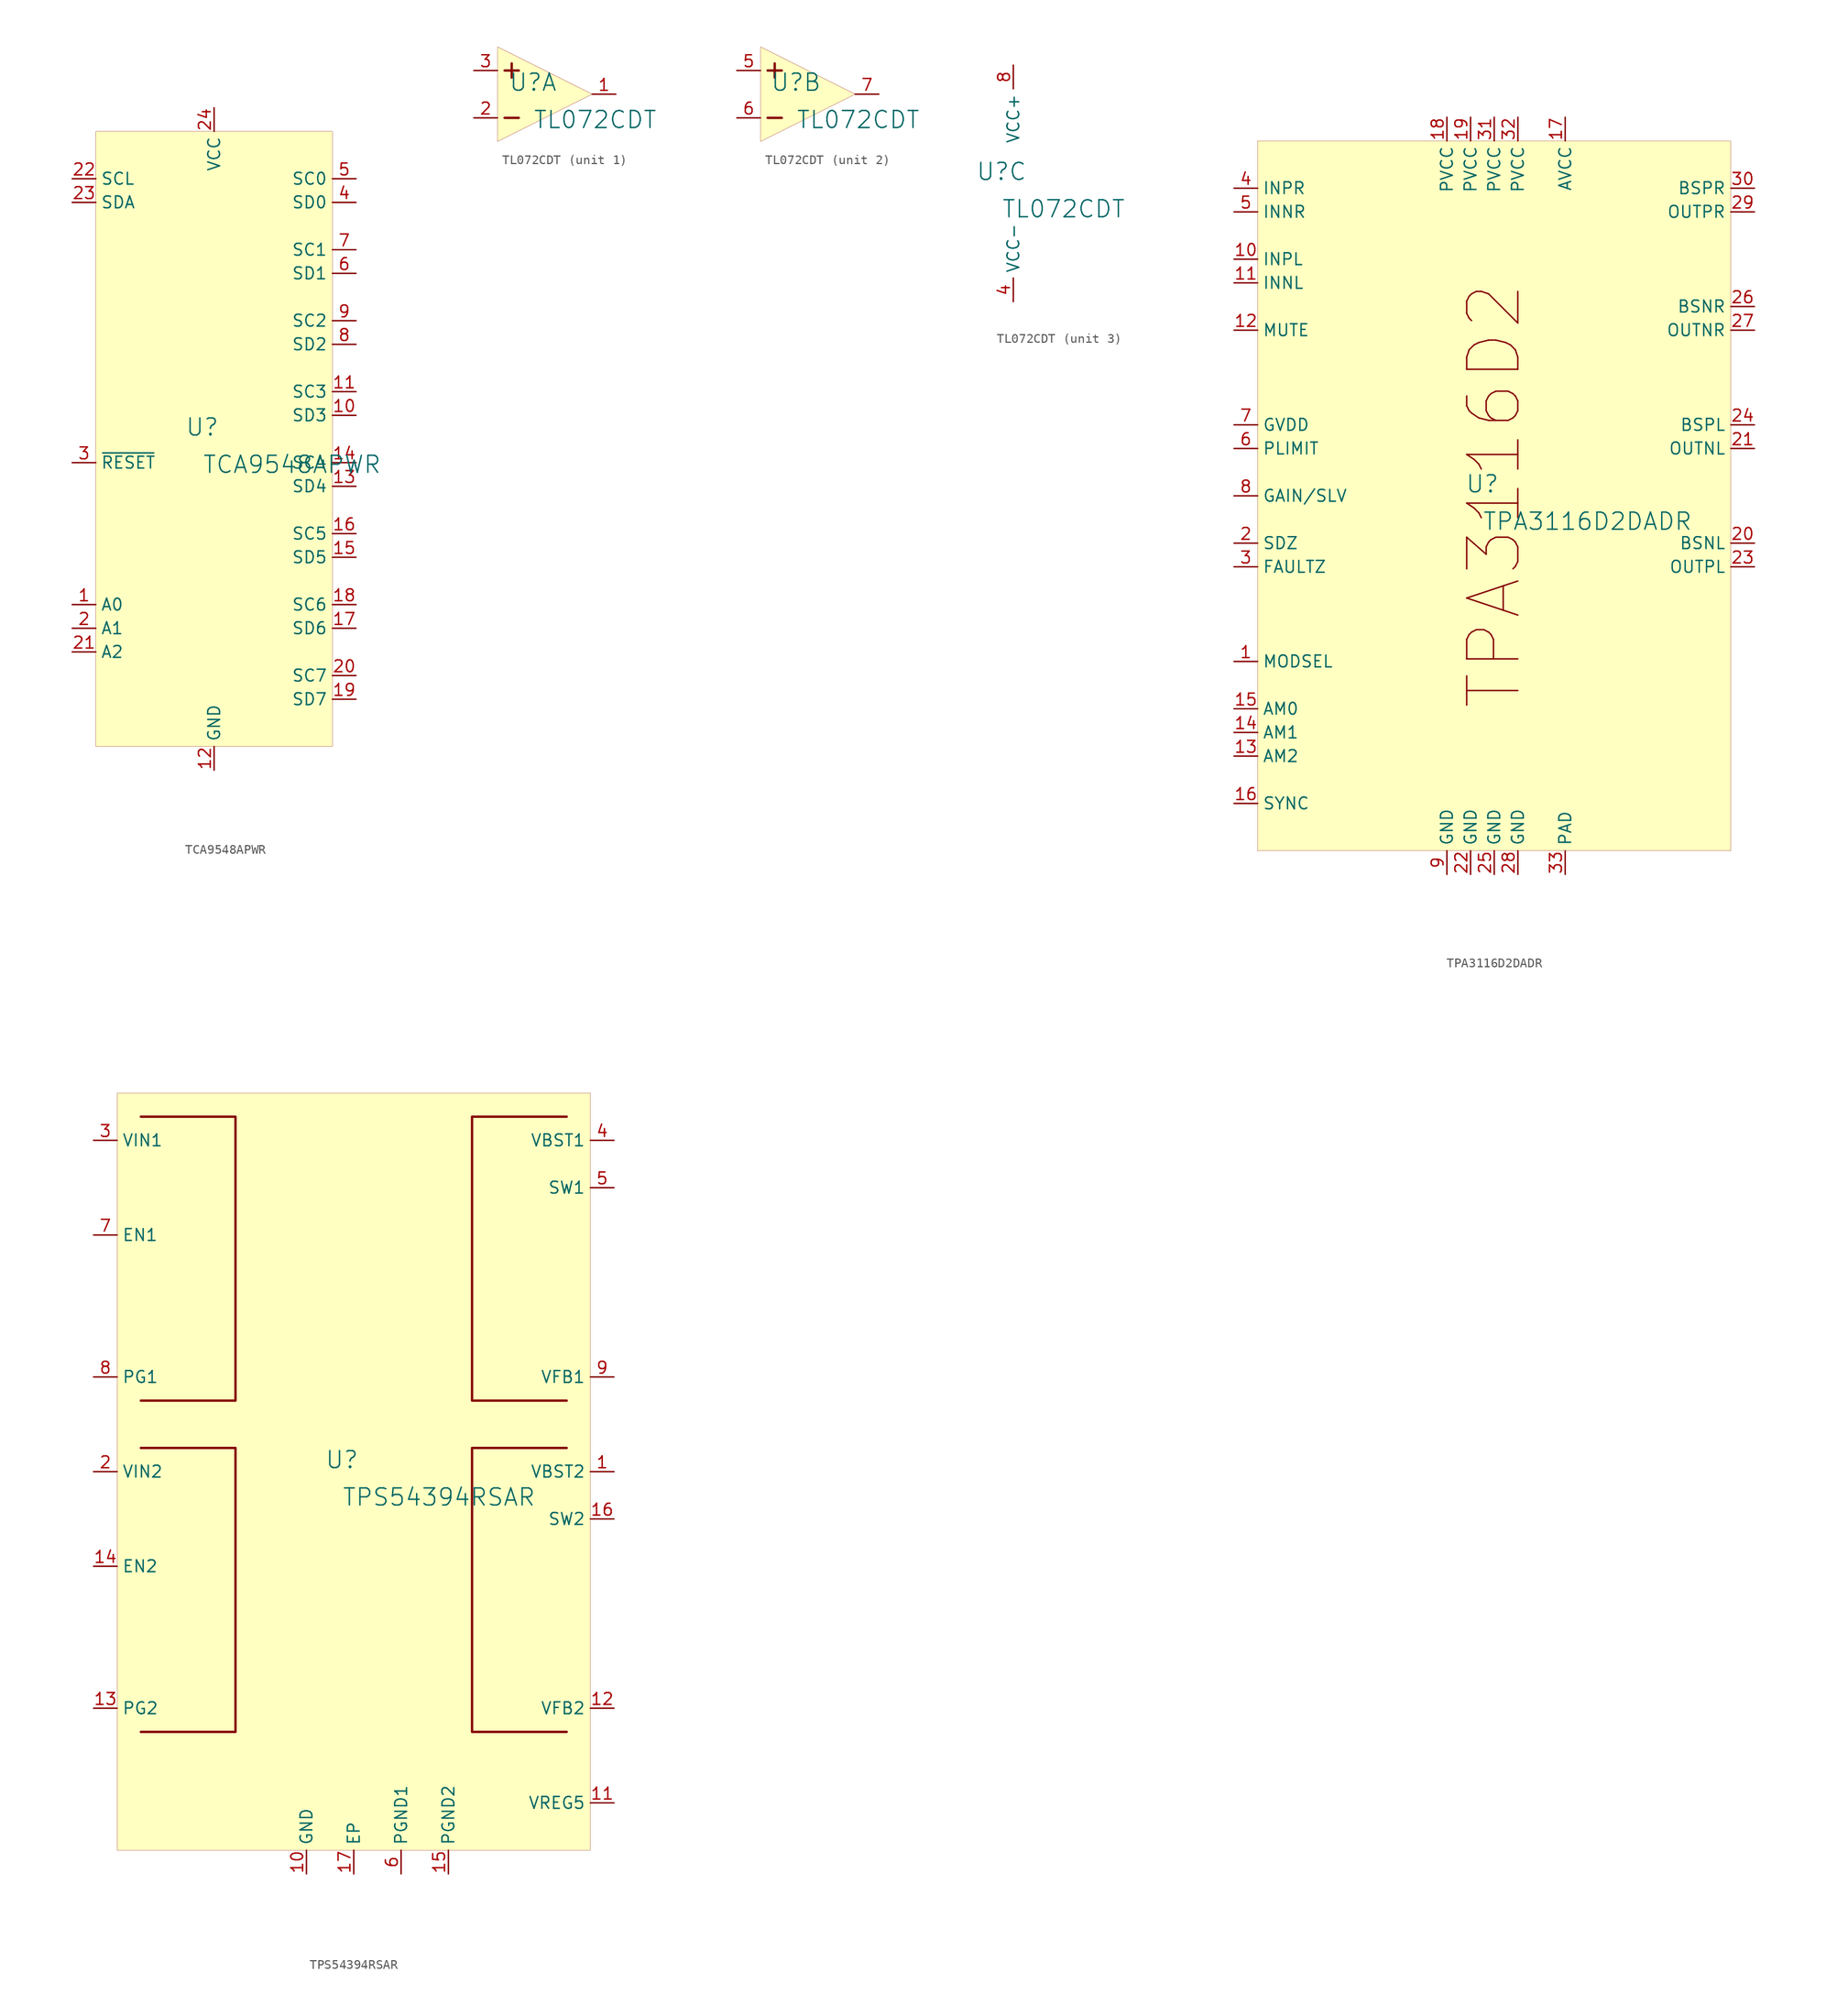
<source format=kicad_sym>
(kicad_symbol_lib
  (version 20231120)
  (generator "kicad_symbol_editor")
  (generator_version "8.0")
  (symbol "TCA9548APWR"
    (property "Reference" "U"
      (at -1.27 1.27 0)
      (effects (font (size 1.829 1.829))))
    (property "Value" "TCA9548APWR"
      (at -1.27 -3.81 0)
      (effects (font (size 1.829 1.829)) (justify left bottom)))
    (symbol "TCA9548APWR_1_0"
      (rectangle (start 12.7 33.02) (end -12.7 -33.02) (stroke (width 0.025) (type solid) (color 128 0 0 1)) (fill (type background)))
      (pin input line (at -15.24 -17.78 0) (length 2.54) (name "A0" (effects (font (size 1.27 1.27)))) (number "1" (effects (font (size 1.27 1.27)))))
      (pin bidirectional line (at 15.24 2.54 180) (length 2.54) (name "SD3" (effects (font (size 1.27 1.27)))) (number "10" (effects (font (size 1.27 1.27)))))
      (pin bidirectional line (at 15.24 5.08 180) (length 2.54) (name "SC3" (effects (font (size 1.27 1.27)))) (number "11" (effects (font (size 1.27 1.27)))))
      (pin power_in line (at 0 -35.56 90) (length 2.54) (name "GND" (effects (font (size 1.27 1.27)))) (number "12" (effects (font (size 1.27 1.27)))))
      (pin bidirectional line (at 15.24 -5.08 180) (length 2.54) (name "SD4" (effects (font (size 1.27 1.27)))) (number "13" (effects (font (size 1.27 1.27)))))
      (pin bidirectional line (at 15.24 -2.54 180) (length 2.54) (name "SC4" (effects (font (size 1.27 1.27)))) (number "14" (effects (font (size 1.27 1.27)))))
      (pin bidirectional line (at 15.24 -12.7 180) (length 2.54) (name "SD5" (effects (font (size 1.27 1.27)))) (number "15" (effects (font (size 1.27 1.27)))))
      (pin bidirectional line (at 15.24 -10.16 180) (length 2.54) (name "SC5" (effects (font (size 1.27 1.27)))) (number "16" (effects (font (size 1.27 1.27)))))
      (pin bidirectional line (at 15.24 -20.32 180) (length 2.54) (name "SD6" (effects (font (size 1.27 1.27)))) (number "17" (effects (font (size 1.27 1.27)))))
      (pin bidirectional line (at 15.24 -17.78 180) (length 2.54) (name "SC6" (effects (font (size 1.27 1.27)))) (number "18" (effects (font (size 1.27 1.27)))))
      (pin bidirectional line (at 15.24 -27.94 180) (length 2.54) (name "SD7" (effects (font (size 1.27 1.27)))) (number "19" (effects (font (size 1.27 1.27)))))
      (pin input line (at -15.24 -20.32 0) (length 2.54) (name "A1" (effects (font (size 1.27 1.27)))) (number "2" (effects (font (size 1.27 1.27)))))
      (pin bidirectional line (at 15.24 -25.4 180) (length 2.54) (name "SC7" (effects (font (size 1.27 1.27)))) (number "20" (effects (font (size 1.27 1.27)))))
      (pin input line (at -15.24 -22.86 0) (length 2.54) (name "A2" (effects (font (size 1.27 1.27)))) (number "21" (effects (font (size 1.27 1.27)))))
      (pin bidirectional line (at -15.24 27.94 0) (length 2.54) (name "SCL" (effects (font (size 1.27 1.27)))) (number "22" (effects (font (size 1.27 1.27)))))
      (pin bidirectional line (at -15.24 25.4 0) (length 2.54) (name "SDA" (effects (font (size 1.27 1.27)))) (number "23" (effects (font (size 1.27 1.27)))))
      (pin power_in line (at 0 35.56 270) (length 2.54) (name "VCC" (effects (font (size 1.27 1.27)))) (number "24" (effects (font (size 1.27 1.27)))))
      (pin input line (at -15.24 -2.54 0) (length 2.54) (name "~{RESET}" (effects (font (size 1.27 1.27)))) (number "3" (effects (font (size 1.27 1.27)))))
      (pin bidirectional line (at 15.24 25.4 180) (length 2.54) (name "SD0" (effects (font (size 1.27 1.27)))) (number "4" (effects (font (size 1.27 1.27)))))
      (pin bidirectional line (at 15.24 27.94 180) (length 2.54) (name "SC0" (effects (font (size 1.27 1.27)))) (number "5" (effects (font (size 1.27 1.27)))))
      (pin bidirectional line (at 15.24 17.78 180) (length 2.54) (name "SD1" (effects (font (size 1.27 1.27)))) (number "6" (effects (font (size 1.27 1.27)))))
      (pin bidirectional line (at 15.24 20.32 180) (length 2.54) (name "SC1" (effects (font (size 1.27 1.27)))) (number "7" (effects (font (size 1.27 1.27)))))
      (pin bidirectional line (at 15.24 10.16 180) (length 2.54) (name "SD2" (effects (font (size 1.27 1.27)))) (number "8" (effects (font (size 1.27 1.27)))))
      (pin bidirectional line (at 15.24 12.7 180) (length 2.54) (name "SC2" (effects (font (size 1.27 1.27)))) (number "9" (effects (font (size 1.27 1.27)))))))
  (symbol "TL072CDT"
    (property "Reference" "U"
      (at -1.27 1.27 0)
      (effects (font (size 1.829 1.829))))
    (property "Value" "TL072CDT"
      (at -1.27 -3.81 0)
      (effects (font (size 1.829 1.829)) (justify left bottom)))
    (symbol "TL072CDT_1_0"
      (polyline (pts (xy -4.318 -2.54) (xy -2.794 -2.54)) (stroke (width 0.254) (type solid)) (fill (type none)))
      (polyline (pts (xy -4.318 2.54) (xy -2.794 2.54)) (stroke (width 0.254) (type solid)) (fill (type none)))
      (polyline (pts (xy -3.556 1.778) (xy -3.556 3.302)) (stroke (width 0.254) (type solid)) (fill (type none)))
      (polyline (pts (xy 5.08 0) (xy -5.08 5.08) (xy -5.08 -5.08) (xy 5.08 0) (xy 5.08 0)) (stroke (width 0.025) (type solid)) (fill (type background)))
      (pin output line (at 7.62 0 180) (length 2.54) (name "1OUT" (effects (font (size 0 0)))) (number "1" (effects (font (size 1.27 1.27)))))
      (pin input line (at -7.62 -2.54 0) (length 2.54) (name "1IN-" (effects (font (size 0 0)))) (number "2" (effects (font (size 1.27 1.27)))))
      (pin input line (at -7.62 2.54 0) (length 2.54) (name "1IN+" (effects (font (size 0 0)))) (number "3" (effects (font (size 1.27 1.27))))))
    (symbol "TL072CDT_2_0"
      (polyline (pts (xy -4.318 -2.54) (xy -2.794 -2.54)) (stroke (width 0.254) (type solid)) (fill (type none)))
      (polyline (pts (xy -4.318 2.54) (xy -2.794 2.54)) (stroke (width 0.254) (type solid)) (fill (type none)))
      (polyline (pts (xy -3.556 1.778) (xy -3.556 3.302)) (stroke (width 0.254) (type solid)) (fill (type none)))
      (polyline (pts (xy 5.08 0) (xy -5.08 5.08) (xy -5.08 -5.08) (xy 5.08 0) (xy 5.08 0)) (stroke (width 0.025) (type solid)) (fill (type background)))
      (pin input line (at -7.62 2.54 0) (length 2.54) (name "2IN+" (effects (font (size 0 0)))) (number "5" (effects (font (size 1.27 1.27)))))
      (pin input line (at -7.62 -2.54 0) (length 2.54) (name "2IN-" (effects (font (size 0 0)))) (number "6" (effects (font (size 1.27 1.27)))))
      (pin output line (at 7.62 0 180) (length 2.54) (name "2OUT" (effects (font (size 0 0)))) (number "7" (effects (font (size 1.27 1.27))))))
    (symbol "TL072CDT_3_0"
      (pin passive line (at 0 -12.7 90) (length 2.54) (name "VCC-" (effects (font (size 1.27 1.27)))) (number "4" (effects (font (size 1.27 1.27)))))
      (pin passive line (at 0 12.7 270) (length 2.54) (name "VCC+" (effects (font (size 1.27 1.27)))) (number "8" (effects (font (size 1.27 1.27)))))))
  (symbol "TPA3116D2DADR"
    (property "Reference" "U"
      (at -1.27 1.27 0)
      (effects (font (size 1.829 1.829))))
    (property "Value" "TPA3116D2DADR"
      (at -1.27 -3.81 0)
      (effects (font (size 1.829 1.829)) (justify left bottom)))
    (symbol "TPA3116D2DADR_1_0"
      (rectangle (start 25.4 38.1) (end -25.4 -38.1) (stroke (width 0.025) (type solid) (color 128 0 0 1)) (fill (type background)))
      (text "TPA3116D2" (at 0 0 900) (effects (font (size 5.486 5.486))))
      (pin passive line (at -27.94 -17.78 0) (length 2.54) (name "MODSEL" (effects (font (size 1.27 1.27)))) (number "1" (effects (font (size 1.27 1.27)))))
      (pin passive line (at -27.94 25.4 0) (length 2.54) (name "INPL" (effects (font (size 1.27 1.27)))) (number "10" (effects (font (size 1.27 1.27)))))
      (pin passive line (at -27.94 22.86 0) (length 2.54) (name "INNL" (effects (font (size 1.27 1.27)))) (number "11" (effects (font (size 1.27 1.27)))))
      (pin passive line (at -27.94 17.78 0) (length 2.54) (name "MUTE" (effects (font (size 1.27 1.27)))) (number "12" (effects (font (size 1.27 1.27)))))
      (pin passive line (at -27.94 -27.94 0) (length 2.54) (name "AM2" (effects (font (size 1.27 1.27)))) (number "13" (effects (font (size 1.27 1.27)))))
      (pin passive line (at -27.94 -25.4 0) (length 2.54) (name "AM1" (effects (font (size 1.27 1.27)))) (number "14" (effects (font (size 1.27 1.27)))))
      (pin passive line (at -27.94 -22.86 0) (length 2.54) (name "AM0" (effects (font (size 1.27 1.27)))) (number "15" (effects (font (size 1.27 1.27)))))
      (pin passive line (at -27.94 -33.02 0) (length 2.54) (name "SYNC" (effects (font (size 1.27 1.27)))) (number "16" (effects (font (size 1.27 1.27)))))
      (pin passive line (at 7.62 40.64 270) (length 2.54) (name "AVCC" (effects (font (size 1.27 1.27)))) (number "17" (effects (font (size 1.27 1.27)))))
      (pin passive line (at -5.08 40.64 270) (length 2.54) (name "PVCC" (effects (font (size 1.27 1.27)))) (number "18" (effects (font (size 1.27 1.27)))))
      (pin passive line (at -2.54 40.64 270) (length 2.54) (name "PVCC" (effects (font (size 1.27 1.27)))) (number "19" (effects (font (size 1.27 1.27)))))
      (pin passive line (at -27.94 -5.08 0) (length 2.54) (name "SDZ" (effects (font (size 1.27 1.27)))) (number "2" (effects (font (size 1.27 1.27)))))
      (pin passive line (at 27.94 -5.08 180) (length 2.54) (name "BSNL" (effects (font (size 1.27 1.27)))) (number "20" (effects (font (size 1.27 1.27)))))
      (pin passive line (at 27.94 5.08 180) (length 2.54) (name "OUTNL" (effects (font (size 1.27 1.27)))) (number "21" (effects (font (size 1.27 1.27)))))
      (pin passive line (at -2.54 -40.64 90) (length 2.54) (name "GND" (effects (font (size 1.27 1.27)))) (number "22" (effects (font (size 1.27 1.27)))))
      (pin passive line (at 27.94 -7.62 180) (length 2.54) (name "OUTPL" (effects (font (size 1.27 1.27)))) (number "23" (effects (font (size 1.27 1.27)))))
      (pin passive line (at 27.94 7.62 180) (length 2.54) (name "BSPL" (effects (font (size 1.27 1.27)))) (number "24" (effects (font (size 1.27 1.27)))))
      (pin passive line (at 0 -40.64 90) (length 2.54) (name "GND" (effects (font (size 1.27 1.27)))) (number "25" (effects (font (size 1.27 1.27)))))
      (pin passive line (at 27.94 20.32 180) (length 2.54) (name "BSNR" (effects (font (size 1.27 1.27)))) (number "26" (effects (font (size 1.27 1.27)))))
      (pin passive line (at 27.94 17.78 180) (length 2.54) (name "OUTNR" (effects (font (size 1.27 1.27)))) (number "27" (effects (font (size 1.27 1.27)))))
      (pin passive line (at 2.54 -40.64 90) (length 2.54) (name "GND" (effects (font (size 1.27 1.27)))) (number "28" (effects (font (size 1.27 1.27)))))
      (pin passive line (at 27.94 30.48 180) (length 2.54) (name "OUTPR" (effects (font (size 1.27 1.27)))) (number "29" (effects (font (size 1.27 1.27)))))
      (pin passive line (at -27.94 -7.62 0) (length 2.54) (name "FAULTZ" (effects (font (size 1.27 1.27)))) (number "3" (effects (font (size 1.27 1.27)))))
      (pin passive line (at 27.94 33.02 180) (length 2.54) (name "BSPR" (effects (font (size 1.27 1.27)))) (number "30" (effects (font (size 1.27 1.27)))))
      (pin passive line (at 0 40.64 270) (length 2.54) (name "PVCC" (effects (font (size 1.27 1.27)))) (number "31" (effects (font (size 1.27 1.27)))))
      (pin passive line (at 2.54 40.64 270) (length 2.54) (name "PVCC" (effects (font (size 1.27 1.27)))) (number "32" (effects (font (size 1.27 1.27)))))
      (pin passive line (at 7.62 -40.64 90) (length 2.54) (name "PAD" (effects (font (size 1.27 1.27)))) (number "33" (effects (font (size 1.27 1.27)))))
      (pin passive line (at -27.94 33.02 0) (length 2.54) (name "INPR" (effects (font (size 1.27 1.27)))) (number "4" (effects (font (size 1.27 1.27)))))
      (pin passive line (at -27.94 30.48 0) (length 2.54) (name "INNR" (effects (font (size 1.27 1.27)))) (number "5" (effects (font (size 1.27 1.27)))))
      (pin passive line (at -27.94 5.08 0) (length 2.54) (name "PLIMIT" (effects (font (size 1.27 1.27)))) (number "6" (effects (font (size 1.27 1.27)))))
      (pin passive line (at -27.94 7.62 0) (length 2.54) (name "GVDD" (effects (font (size 1.27 1.27)))) (number "7" (effects (font (size 1.27 1.27)))))
      (pin passive line (at -27.94 0 0) (length 2.54) (name "GAIN/SLV" (effects (font (size 1.27 1.27)))) (number "8" (effects (font (size 1.27 1.27)))))
      (pin passive line (at -5.08 -40.64 90) (length 2.54) (name "GND" (effects (font (size 1.27 1.27)))) (number "9" (effects (font (size 1.27 1.27)))))))
  (symbol "TPS54394RSAR"
    (property "Reference" "U"
      (at -1.27 1.27 0)
      (effects (font (size 1.829 1.829))))
    (property "Value" "TPS54394RSAR"
      (at -1.27 -3.81 0)
      (effects (font (size 1.829 1.829)) (justify left bottom)))
    (symbol "TPS54394RSAR_1_0"
      (polyline (pts (xy -22.86 2.54) (xy -12.7 2.54) (xy -12.7 -27.94) (xy -22.86 -27.94)) (stroke (width 0.254) (type solid)) (fill (type none)))
      (polyline (pts (xy -22.86 7.62) (xy -12.7 7.62) (xy -12.7 38.1) (xy -22.86 38.1)) (stroke (width 0.254) (type solid)) (fill (type none)))
      (polyline (pts (xy 22.86 2.54) (xy 12.7 2.54) (xy 12.7 -27.94) (xy 22.86 -27.94)) (stroke (width 0.254) (type solid)) (fill (type none)))
      (polyline (pts (xy 22.86 38.1) (xy 12.7 38.1) (xy 12.7 7.62) (xy 22.86 7.62)) (stroke (width 0.254) (type solid)) (fill (type none)))
      (rectangle (start 25.4 40.64) (end -25.4 -40.64) (stroke (width 0.025) (type solid) (color 128 0 0 1)) (fill (type background)))
      (pin power_in line (at 27.94 0 180) (length 2.54) (name "VBST2" (effects (font (size 1.27 1.27)))) (number "1" (effects (font (size 1.27 1.27)))))
      (pin power_in line (at -5.08 -43.18 90) (length 2.54) (name "GND" (effects (font (size 1.27 1.27)))) (number "10" (effects (font (size 1.27 1.27)))))
      (pin power_in line (at 27.94 -35.56 180) (length 2.54) (name "VREG5" (effects (font (size 1.27 1.27)))) (number "11" (effects (font (size 1.27 1.27)))))
      (pin input line (at 27.94 -25.4 180) (length 2.54) (name "VFB2" (effects (font (size 1.27 1.27)))) (number "12" (effects (font (size 1.27 1.27)))))
      (pin open_collector line (at -27.94 -25.4 0) (length 2.54) (name "PG2" (effects (font (size 1.27 1.27)))) (number "13" (effects (font (size 1.27 1.27)))))
      (pin input line (at -27.94 -10.16 0) (length 2.54) (name "EN2" (effects (font (size 1.27 1.27)))) (number "14" (effects (font (size 1.27 1.27)))))
      (pin power_in line (at 10.16 -43.18 90) (length 2.54) (name "PGND2" (effects (font (size 1.27 1.27)))) (number "15" (effects (font (size 1.27 1.27)))))
      (pin power_in line (at 27.94 -5.08 180) (length 2.54) (name "SW2" (effects (font (size 1.27 1.27)))) (number "16" (effects (font (size 1.27 1.27)))))
      (pin power_in line (at 0 -43.18 90) (length 2.54) (name "EP" (effects (font (size 1.27 1.27)))) (number "17" (effects (font (size 1.27 1.27)))))
      (pin power_in line (at -27.94 0 0) (length 2.54) (name "VIN2" (effects (font (size 1.27 1.27)))) (number "2" (effects (font (size 1.27 1.27)))))
      (pin power_in line (at -27.94 35.56 0) (length 2.54) (name "VIN1" (effects (font (size 1.27 1.27)))) (number "3" (effects (font (size 1.27 1.27)))))
      (pin power_in line (at 27.94 35.56 180) (length 2.54) (name "VBST1" (effects (font (size 1.27 1.27)))) (number "4" (effects (font (size 1.27 1.27)))))
      (pin power_in line (at 27.94 30.48 180) (length 2.54) (name "SW1" (effects (font (size 1.27 1.27)))) (number "5" (effects (font (size 1.27 1.27)))))
      (pin power_in line (at 5.08 -43.18 90) (length 2.54) (name "PGND1" (effects (font (size 1.27 1.27)))) (number "6" (effects (font (size 1.27 1.27)))))
      (pin input line (at -27.94 25.4 0) (length 2.54) (name "EN1" (effects (font (size 1.27 1.27)))) (number "7" (effects (font (size 1.27 1.27)))))
      (pin open_collector line (at -27.94 10.16 0) (length 2.54) (name "PG1" (effects (font (size 1.27 1.27)))) (number "8" (effects (font (size 1.27 1.27)))))
      (pin input line (at 27.94 10.16 180) (length 2.54) (name "VFB1" (effects (font (size 1.27 1.27)))) (number "9" (effects (font (size 1.27 1.27))))))))
</source>
